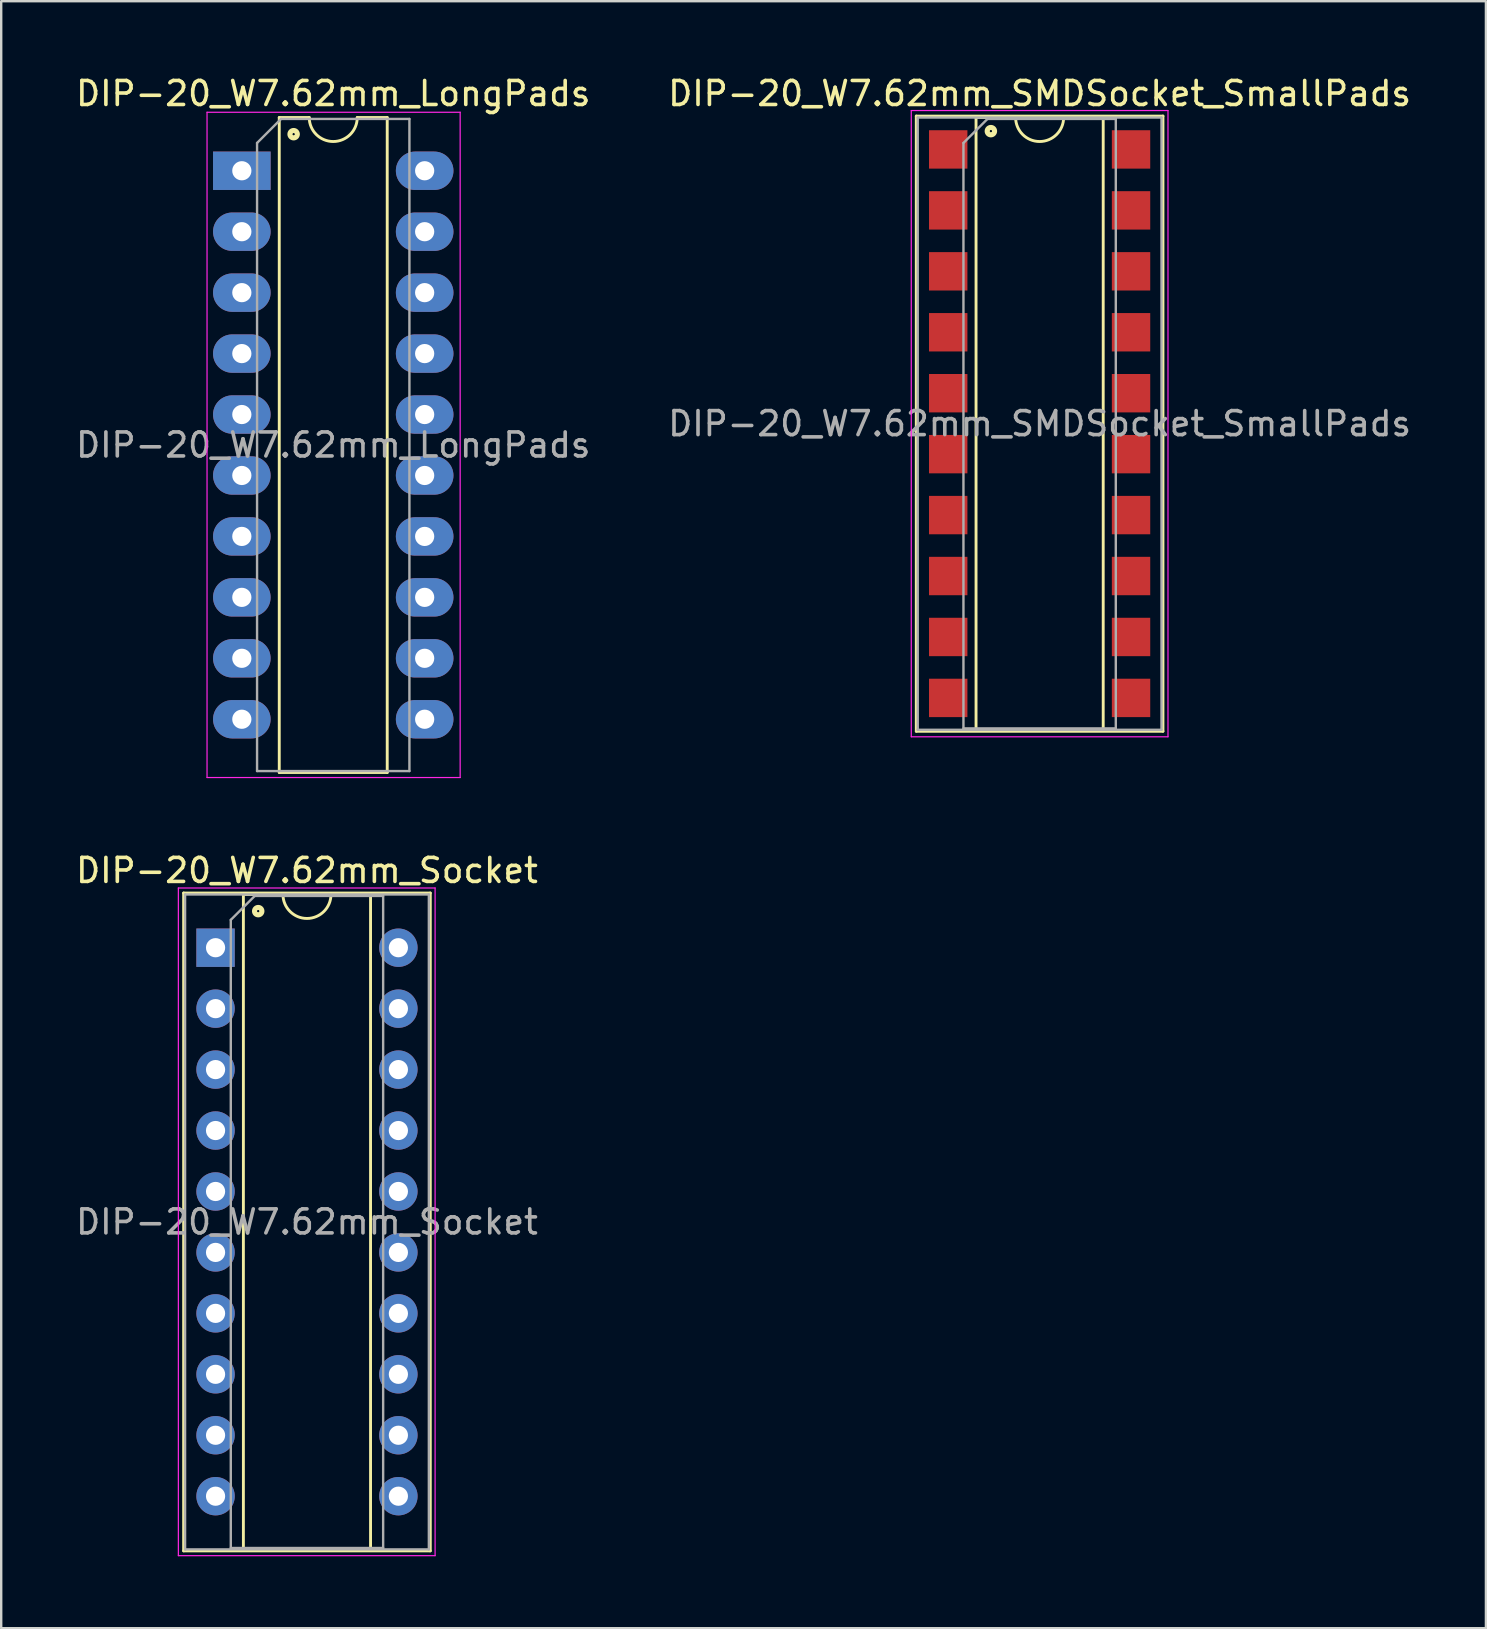
<source format=kicad_pcb>
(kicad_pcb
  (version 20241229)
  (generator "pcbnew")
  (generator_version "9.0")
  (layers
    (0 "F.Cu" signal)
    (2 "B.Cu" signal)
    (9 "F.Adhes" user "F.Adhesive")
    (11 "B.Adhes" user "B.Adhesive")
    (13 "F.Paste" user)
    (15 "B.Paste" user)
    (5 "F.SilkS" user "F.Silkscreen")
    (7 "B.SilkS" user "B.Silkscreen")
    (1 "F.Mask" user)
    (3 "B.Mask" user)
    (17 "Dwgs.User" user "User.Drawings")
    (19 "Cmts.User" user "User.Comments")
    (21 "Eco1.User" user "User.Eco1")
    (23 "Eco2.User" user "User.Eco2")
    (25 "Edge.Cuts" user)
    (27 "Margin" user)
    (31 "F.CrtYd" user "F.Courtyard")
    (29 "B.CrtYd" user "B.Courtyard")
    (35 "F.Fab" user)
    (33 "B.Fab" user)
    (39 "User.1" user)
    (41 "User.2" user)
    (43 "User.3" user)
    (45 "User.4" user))
  (footprint "DIP-20_W7.62mm_SMDSocket_SmallPads"
    (layer "F.Cu")
    (at 40.28 14.608)
    (property "Reference" "DIP-20_W7.62mm_SMDSocket_SmallPads" (at 0 -13.76 0) (layer "F.SilkS") (effects (font (size 1 1) (thickness 0.15))))
    (attr smd)
    (fp_line (start -5.14 -12.82) (end -5.14 12.82) (stroke (width 0.12) (type solid)) (layer "F.SilkS"))
    (fp_line (start -5.14 12.82) (end 5.14 12.82) (stroke (width 0.12) (type solid)) (layer "F.SilkS"))
    (fp_line (start -2.65 -12.76) (end -2.65 12.76) (stroke (width 0.12) (type solid)) (layer "F.SilkS"))
    (fp_line (start -2.65 12.76) (end 2.65 12.76) (stroke (width 0.12) (type solid)) (layer "F.SilkS"))
    (fp_line (start -1 -12.76) (end -2.65 -12.76) (stroke (width 0.12) (type solid)) (layer "F.SilkS"))
    (fp_line (start 2.65 -12.76) (end 1 -12.76) (stroke (width 0.12) (type solid)) (layer "F.SilkS"))
    (fp_line (start 2.65 12.76) (end 2.65 -12.76) (stroke (width 0.12) (type solid)) (layer "F.SilkS"))
    (fp_line (start 5.14 -12.82) (end -5.14 -12.82) (stroke (width 0.12) (type solid)) (layer "F.SilkS"))
    (fp_line (start 5.14 12.82) (end 5.14 -12.82) (stroke (width 0.12) (type solid)) (layer "F.SilkS"))
    (fp_arc (start 1 -12.76) (mid 0 -11.76) (end -1 -12.76) (stroke (width 0.12) (type solid)) (layer "F.SilkS"))
    (fp_circle (center -2.032 -12.192) (end -1.982 -12.192) (stroke (width 0.12) (type solid)) (fill no) (layer "F.SilkS"))
    (fp_circle (center -2.032 -12.192) (end -1.907 -12.192) (stroke (width 0.12) (type solid)) (fill no) (layer "F.SilkS"))
    (fp_circle (center -2.032 -12.192) (end -1.832 -12.192) (stroke (width 0.12) (type solid)) (fill no) (layer "F.SilkS"))
    (fp_line (start -5.35 -13.05) (end -5.35 13.05) (stroke (width 0.05) (type solid)) (layer "F.CrtYd"))
    (fp_line (start -5.35 13.05) (end 5.35 13.05) (stroke (width 0.05) (type solid)) (layer "F.CrtYd"))
    (fp_line (start 5.35 -13.05) (end -5.35 -13.05) (stroke (width 0.05) (type solid)) (layer "F.CrtYd"))
    (fp_line (start 5.35 13.05) (end 5.35 -13.05) (stroke (width 0.05) (type solid)) (layer "F.CrtYd"))
    (fp_line (start -5.08 -12.76) (end -5.08 12.76) (stroke (width 0.1) (type solid)) (layer "F.Fab"))
    (fp_line (start -5.08 12.76) (end 5.08 12.76) (stroke (width 0.1) (type solid)) (layer "F.Fab"))
    (fp_line (start -3.175 -11.7) (end -2.175 -12.7) (stroke (width 0.1) (type solid)) (layer "F.Fab"))
    (fp_line (start -3.175 12.7) (end -3.175 -11.7) (stroke (width 0.1) (type solid)) (layer "F.Fab"))
    (fp_line (start -2.175 -12.7) (end 3.175 -12.7) (stroke (width 0.1) (type solid)) (layer "F.Fab"))
    (fp_line (start 3.175 -12.7) (end 3.175 12.7) (stroke (width 0.1) (type solid)) (layer "F.Fab"))
    (fp_line (start 3.175 12.7) (end -3.175 12.7) (stroke (width 0.1) (type solid)) (layer "F.Fab"))
    (fp_line (start 5.08 -12.76) (end -5.08 -12.76) (stroke (width 0.1) (type solid)) (layer "F.Fab"))
    (fp_line (start 5.08 12.76) (end 5.08 -12.76) (stroke (width 0.1) (type solid)) (layer "F.Fab"))
    (fp_text user "${REFERENCE}" (at 0 0 0) (layer "F.Fab") (effects (font (size 1 1) (thickness 0.15))))
    (pad "1" smd rect (at -3.81 -11.43) (size 1.6 1.6) (layers "F.Cu" "F.Mask" "F.Paste"))
    (pad "2" smd rect (at -3.81 -8.89) (size 1.6 1.6) (layers "F.Cu" "F.Mask" "F.Paste"))
    (pad "3" smd rect (at -3.81 -6.35) (size 1.6 1.6) (layers "F.Cu" "F.Mask" "F.Paste"))
    (pad "4" smd rect (at -3.81 -3.81) (size 1.6 1.6) (layers "F.Cu" "F.Mask" "F.Paste"))
    (pad "5" smd rect (at -3.81 -1.27) (size 1.6 1.6) (layers "F.Cu" "F.Mask" "F.Paste"))
    (pad "6" smd rect (at -3.81 1.27) (size 1.6 1.6) (layers "F.Cu" "F.Mask" "F.Paste"))
    (pad "7" smd rect (at -3.81 3.81) (size 1.6 1.6) (layers "F.Cu" "F.Mask" "F.Paste"))
    (pad "8" smd rect (at -3.81 6.35) (size 1.6 1.6) (layers "F.Cu" "F.Mask" "F.Paste"))
    (pad "9" smd rect (at -3.81 8.89) (size 1.6 1.6) (layers "F.Cu" "F.Mask" "F.Paste"))
    (pad "10" smd rect (at -3.81 11.43) (size 1.6 1.6) (layers "F.Cu" "F.Mask" "F.Paste"))
    (pad "11" smd rect (at 3.81 11.43) (size 1.6 1.6) (layers "F.Cu" "F.Mask" "F.Paste"))
    (pad "12" smd rect (at 3.81 8.89) (size 1.6 1.6) (layers "F.Cu" "F.Mask" "F.Paste"))
    (pad "13" smd rect (at 3.81 6.35) (size 1.6 1.6) (layers "F.Cu" "F.Mask" "F.Paste"))
    (pad "14" smd rect (at 3.81 3.81) (size 1.6 1.6) (layers "F.Cu" "F.Mask" "F.Paste"))
    (pad "15" smd rect (at 3.81 1.27) (size 1.6 1.6) (layers "F.Cu" "F.Mask" "F.Paste"))
    (pad "16" smd rect (at 3.81 -1.27) (size 1.6 1.6) (layers "F.Cu" "F.Mask" "F.Paste"))
    (pad "17" smd rect (at 3.81 -3.81) (size 1.6 1.6) (layers "F.Cu" "F.Mask" "F.Paste"))
    (pad "18" smd rect (at 3.81 -6.35) (size 1.6 1.6) (layers "F.Cu" "F.Mask" "F.Paste"))
    (pad "19" smd rect (at 3.81 -8.89) (size 1.6 1.6) (layers "F.Cu" "F.Mask" "F.Paste"))
    (pad "20" smd rect (at 3.81 -11.43) (size 1.6 1.6) (layers "F.Cu" "F.Mask" "F.Paste")))
  (footprint "DIP-20_W7.62mm_Socket"
    (layer "F.Cu")
    (at 5.934 36.449)
    (property "Reference" "DIP-20_W7.62mm_Socket" (at 3.81 -3.219 0) (layer "F.SilkS") (effects (font (size 1 1) (thickness 0.15))))
    (attr through_hole)
    (fp_line (start -1.33 -2.279) (end -1.33 25.139) (stroke (width 0.12) (type solid)) (layer "F.SilkS"))
    (fp_line (start -1.33 25.139) (end 8.95 25.139) (stroke (width 0.12) (type solid)) (layer "F.SilkS"))
    (fp_line (start 1.16 -2.219) (end 1.16 25.079) (stroke (width 0.12) (type solid)) (layer "F.SilkS"))
    (fp_line (start 1.16 25.079) (end 6.46 25.079) (stroke (width 0.12) (type solid)) (layer "F.SilkS"))
    (fp_line (start 2.81 -2.219) (end 1.16 -2.219) (stroke (width 0.12) (type solid)) (layer "F.SilkS"))
    (fp_line (start 6.46 -2.219) (end 4.81 -2.219) (stroke (width 0.12) (type solid)) (layer "F.SilkS"))
    (fp_line (start 6.46 25.079) (end 6.46 -2.219) (stroke (width 0.12) (type solid)) (layer "F.SilkS"))
    (fp_line (start 8.95 -2.279) (end -1.33 -2.279) (stroke (width 0.12) (type solid)) (layer "F.SilkS"))
    (fp_line (start 8.95 25.139) (end 8.95 -2.279) (stroke (width 0.12) (type solid)) (layer "F.SilkS"))
    (fp_arc (start 4.81 -2.219) (mid 3.81 -1.219) (end 2.81 -2.219) (stroke (width 0.12) (type solid)) (layer "F.SilkS"))
    (fp_circle (center 1.778 -1.524) (end 1.828 -1.524) (stroke (width 0.12) (type solid)) (fill no) (layer "F.SilkS"))
    (fp_circle (center 1.778 -1.524) (end 1.903 -1.524) (stroke (width 0.12) (type solid)) (fill no) (layer "F.SilkS"))
    (fp_circle (center 1.778 -1.524) (end 1.978 -1.524) (stroke (width 0.12) (type solid)) (fill no) (layer "F.SilkS"))
    (fp_line (start -1.55 -2.489) (end -1.55 25.339) (stroke (width 0.05) (type solid)) (layer "F.CrtYd"))
    (fp_line (start -1.55 25.339) (end 9.15 25.339) (stroke (width 0.05) (type solid)) (layer "F.CrtYd"))
    (fp_line (start 9.15 -2.489) (end -1.55 -2.489) (stroke (width 0.05) (type solid)) (layer "F.CrtYd"))
    (fp_line (start 9.15 25.339) (end 9.15 -2.489) (stroke (width 0.05) (type solid)) (layer "F.CrtYd"))
    (fp_line (start -1.27 -2.219) (end -1.27 25.079) (stroke (width 0.1) (type solid)) (layer "F.Fab"))
    (fp_line (start -1.27 25.079) (end 8.89 25.079) (stroke (width 0.1) (type solid)) (layer "F.Fab"))
    (fp_line (start 0.635 -1.159) (end 1.635 -2.159) (stroke (width 0.1) (type solid)) (layer "F.Fab"))
    (fp_line (start 0.635 25.019) (end 0.635 -1.159) (stroke (width 0.1) (type solid)) (layer "F.Fab"))
    (fp_line (start 1.635 -2.159) (end 6.985 -2.159) (stroke (width 0.1) (type solid)) (layer "F.Fab"))
    (fp_line (start 6.985 -2.159) (end 6.985 25.019) (stroke (width 0.1) (type solid)) (layer "F.Fab"))
    (fp_line (start 6.985 25.019) (end 0.635 25.019) (stroke (width 0.1) (type solid)) (layer "F.Fab"))
    (fp_line (start 8.89 -2.219) (end -1.27 -2.219) (stroke (width 0.1) (type solid)) (layer "F.Fab"))
    (fp_line (start 8.89 25.079) (end 8.89 -2.219) (stroke (width 0.1) (type solid)) (layer "F.Fab"))
    (fp_text user "${REFERENCE}" (at 3.81 11.43 0) (layer "F.Fab") (effects (font (size 1 1) (thickness 0.15))))
    (pad "1" thru_hole rect (at 0 0) (size 1.6 1.6) (drill 0.8) (layers "*.Cu" "*.Mask"))
    (pad "2" thru_hole oval (at 0 2.54) (size 1.6 1.6) (drill 0.8) (layers "*.Cu" "*.Mask"))
    (pad "3" thru_hole oval (at 0 5.08) (size 1.6 1.6) (drill 0.8) (layers "*.Cu" "*.Mask"))
    (pad "4" thru_hole oval (at 0 7.62) (size 1.6 1.6) (drill 0.8) (layers "*.Cu" "*.Mask"))
    (pad "5" thru_hole oval (at 0 10.16) (size 1.6 1.6) (drill 0.8) (layers "*.Cu" "*.Mask"))
    (pad "6" thru_hole oval (at 0 12.7) (size 1.6 1.6) (drill 0.8) (layers "*.Cu" "*.Mask"))
    (pad "7" thru_hole oval (at 0 15.24) (size 1.6 1.6) (drill 0.8) (layers "*.Cu" "*.Mask"))
    (pad "8" thru_hole oval (at 0 17.78) (size 1.6 1.6) (drill 0.8) (layers "*.Cu" "*.Mask"))
    (pad "9" thru_hole oval (at 0 20.32) (size 1.6 1.6) (drill 0.8) (layers "*.Cu" "*.Mask"))
    (pad "10" thru_hole oval (at 0 22.86) (size 1.6 1.6) (drill 0.8) (layers "*.Cu" "*.Mask"))
    (pad "11" thru_hole oval (at 7.62 22.86) (size 1.6 1.6) (drill 0.8) (layers "*.Cu" "*.Mask"))
    (pad "12" thru_hole oval (at 7.62 20.32) (size 1.6 1.6) (drill 0.8) (layers "*.Cu" "*.Mask"))
    (pad "13" thru_hole oval (at 7.62 17.78) (size 1.6 1.6) (drill 0.8) (layers "*.Cu" "*.Mask"))
    (pad "14" thru_hole oval (at 7.62 15.24) (size 1.6 1.6) (drill 0.8) (layers "*.Cu" "*.Mask"))
    (pad "15" thru_hole oval (at 7.62 12.7) (size 1.6 1.6) (drill 0.8) (layers "*.Cu" "*.Mask"))
    (pad "16" thru_hole oval (at 7.62 10.16) (size 1.6 1.6) (drill 0.8) (layers "*.Cu" "*.Mask"))
    (pad "17" thru_hole oval (at 7.62 7.62) (size 1.6 1.6) (drill 0.8) (layers "*.Cu" "*.Mask"))
    (pad "18" thru_hole oval (at 7.62 5.08) (size 1.6 1.6) (drill 0.8) (layers "*.Cu" "*.Mask"))
    (pad "19" thru_hole oval (at 7.62 2.54) (size 1.6 1.6) (drill 0.8) (layers "*.Cu" "*.Mask"))
    (pad "20" thru_hole oval (at 7.62 0) (size 1.6 1.6) (drill 0.8) (layers "*.Cu" "*.Mask")))
  (footprint "DIP-20_W7.62mm_LongPads"
    (layer "F.Cu")
    (at 7.029 4.067)
    (property "Reference" "DIP-20_W7.62mm_LongPads" (at 3.81 -3.219 0) (layer "F.SilkS") (effects (font (size 1 1) (thickness 0.15))))
    (attr through_hole)
    (fp_line (start 1.56 -2.219) (end 1.56 25.079) (stroke (width 0.12) (type solid)) (layer "F.SilkS"))
    (fp_line (start 1.56 25.079) (end 6.06 25.079) (stroke (width 0.12) (type solid)) (layer "F.SilkS"))
    (fp_line (start 2.81 -2.219) (end 1.56 -2.219) (stroke (width 0.12) (type solid)) (layer "F.SilkS"))
    (fp_line (start 6.06 -2.219) (end 4.81 -2.219) (stroke (width 0.12) (type solid)) (layer "F.SilkS"))
    (fp_line (start 6.06 25.079) (end 6.06 -2.219) (stroke (width 0.12) (type solid)) (layer "F.SilkS"))
    (fp_arc (start 4.81 -2.219) (mid 3.81 -1.219) (end 2.81 -2.219) (stroke (width 0.12) (type solid)) (layer "F.SilkS"))
    (fp_circle (center 2.159 -1.524) (end 2.209 -1.524) (stroke (width 0.12) (type solid)) (fill no) (layer "F.SilkS"))
    (fp_circle (center 2.159 -1.524) (end 2.284 -1.524) (stroke (width 0.12) (type solid)) (fill no) (layer "F.SilkS"))
    (fp_circle (center 2.159 -1.524) (end 2.359 -1.524) (stroke (width 0.12) (type solid)) (fill no) (layer "F.SilkS"))
    (fp_line (start -1.45 -2.439) (end -1.45 25.289) (stroke (width 0.05) (type solid)) (layer "F.CrtYd"))
    (fp_line (start -1.45 25.289) (end 9.1 25.289) (stroke (width 0.05) (type solid)) (layer "F.CrtYd"))
    (fp_line (start 9.1 -2.439) (end -1.45 -2.439) (stroke (width 0.05) (type solid)) (layer "F.CrtYd"))
    (fp_line (start 9.1 25.289) (end 9.1 -2.439) (stroke (width 0.05) (type solid)) (layer "F.CrtYd"))
    (fp_line (start 0.635 -1.159) (end 1.635 -2.159) (stroke (width 0.1) (type solid)) (layer "F.Fab"))
    (fp_line (start 0.635 25.019) (end 0.635 -1.159) (stroke (width 0.1) (type solid)) (layer "F.Fab"))
    (fp_line (start 1.635 -2.159) (end 6.985 -2.159) (stroke (width 0.1) (type solid)) (layer "F.Fab"))
    (fp_line (start 6.985 -2.159) (end 6.985 25.019) (stroke (width 0.1) (type solid)) (layer "F.Fab"))
    (fp_line (start 6.985 25.019) (end 0.635 25.019) (stroke (width 0.1) (type solid)) (layer "F.Fab"))
    (fp_text user "${REFERENCE}" (at 3.81 11.43 0) (layer "F.Fab") (effects (font (size 1 1) (thickness 0.15))))
    (pad "1" thru_hole rect (at 0 0) (size 2.4 1.6) (drill 0.8) (layers "*.Cu" "*.Mask"))
    (pad "2" thru_hole oval (at 0 2.54) (size 2.4 1.6) (drill 0.8) (layers "*.Cu" "*.Mask"))
    (pad "3" thru_hole oval (at 0 5.08) (size 2.4 1.6) (drill 0.8) (layers "*.Cu" "*.Mask"))
    (pad "4" thru_hole oval (at 0 7.62) (size 2.4 1.6) (drill 0.8) (layers "*.Cu" "*.Mask"))
    (pad "5" thru_hole oval (at 0 10.16) (size 2.4 1.6) (drill 0.8) (layers "*.Cu" "*.Mask"))
    (pad "6" thru_hole oval (at 0 12.7) (size 2.4 1.6) (drill 0.8) (layers "*.Cu" "*.Mask"))
    (pad "7" thru_hole oval (at 0 15.24) (size 2.4 1.6) (drill 0.8) (layers "*.Cu" "*.Mask"))
    (pad "8" thru_hole oval (at 0 17.78) (size 2.4 1.6) (drill 0.8) (layers "*.Cu" "*.Mask"))
    (pad "9" thru_hole oval (at 0 20.32) (size 2.4 1.6) (drill 0.8) (layers "*.Cu" "*.Mask"))
    (pad "10" thru_hole oval (at 0 22.86) (size 2.4 1.6) (drill 0.8) (layers "*.Cu" "*.Mask"))
    (pad "11" thru_hole oval (at 7.62 22.86) (size 2.4 1.6) (drill 0.8) (layers "*.Cu" "*.Mask"))
    (pad "12" thru_hole oval (at 7.62 20.32) (size 2.4 1.6) (drill 0.8) (layers "*.Cu" "*.Mask"))
    (pad "13" thru_hole oval (at 7.62 17.78) (size 2.4 1.6) (drill 0.8) (layers "*.Cu" "*.Mask"))
    (pad "14" thru_hole oval (at 7.62 15.24) (size 2.4 1.6) (drill 0.8) (layers "*.Cu" "*.Mask"))
    (pad "15" thru_hole oval (at 7.62 12.7) (size 2.4 1.6) (drill 0.8) (layers "*.Cu" "*.Mask"))
    (pad "16" thru_hole oval (at 7.62 10.16) (size 2.4 1.6) (drill 0.8) (layers "*.Cu" "*.Mask"))
    (pad "17" thru_hole oval (at 7.62 7.62) (size 2.4 1.6) (drill 0.8) (layers "*.Cu" "*.Mask"))
    (pad "18" thru_hole oval (at 7.62 5.08) (size 2.4 1.6) (drill 0.8) (layers "*.Cu" "*.Mask"))
    (pad "19" thru_hole oval (at 7.62 2.54) (size 2.4 1.6) (drill 0.8) (layers "*.Cu" "*.Mask"))
    (pad "20" thru_hole oval (at 7.62 0) (size 2.4 1.6) (drill 0.8) (layers "*.Cu" "*.Mask")))
  (gr_rect
    (start -3 -3)
    (end 58.881 64.812)
    (stroke (width 0.1) (type default))
    (fill no)
    (layer "Edge.Cuts")))
</source>
